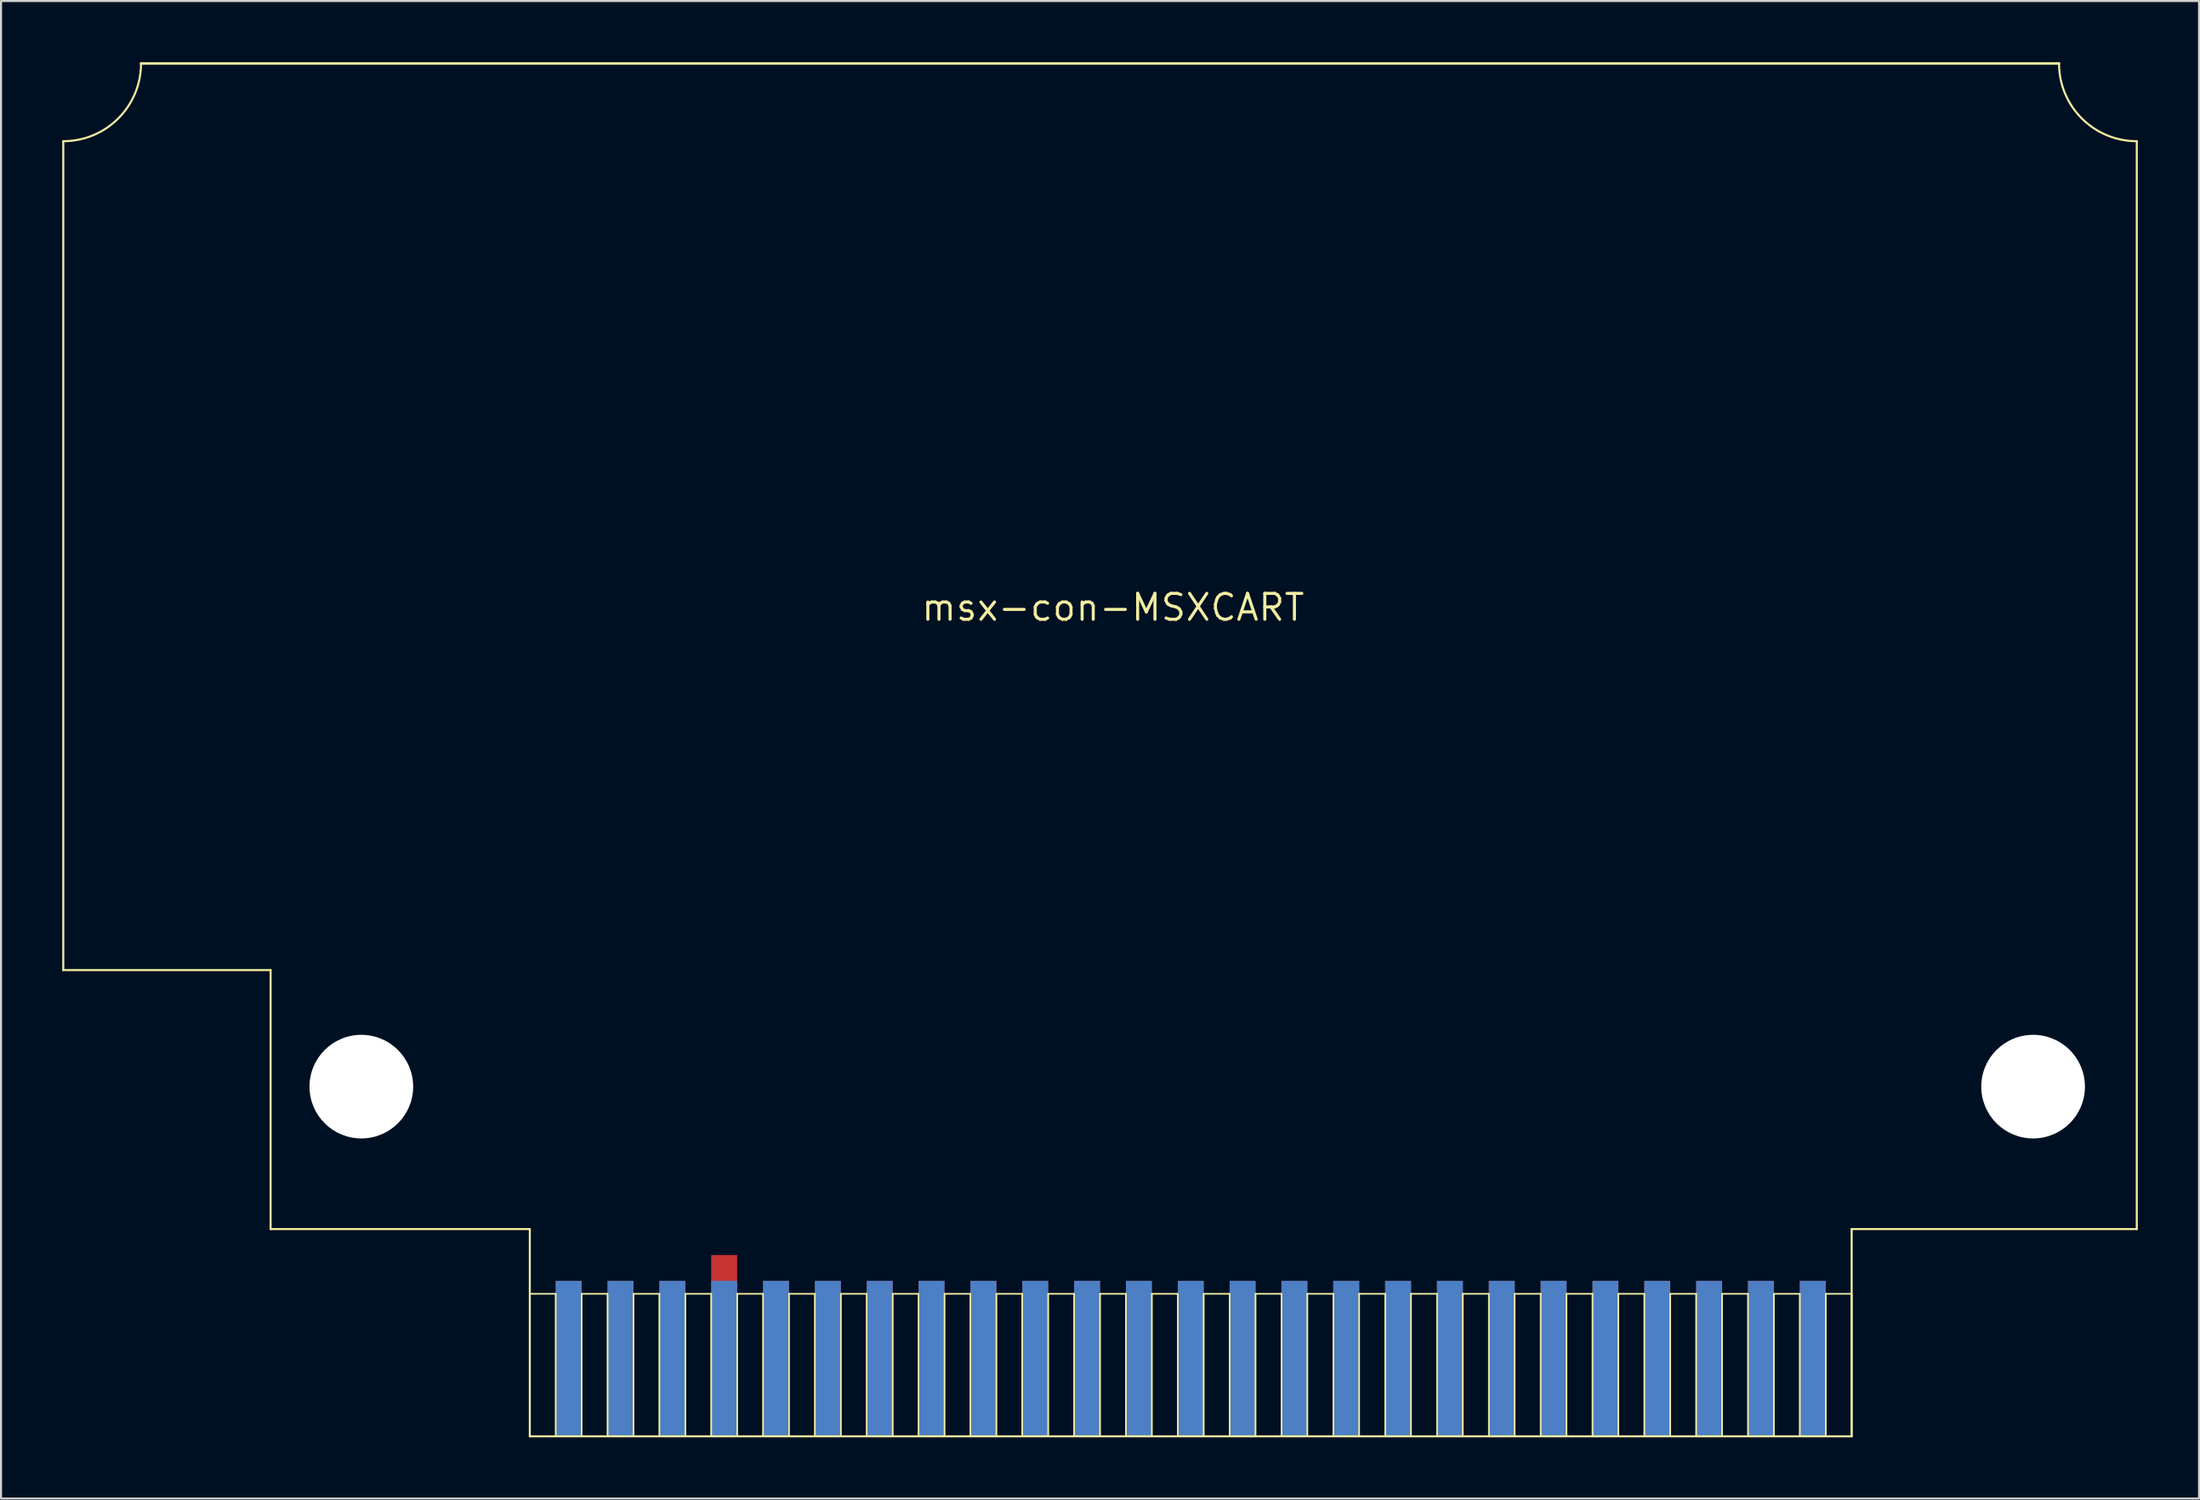
<source format=kicad_pcb>
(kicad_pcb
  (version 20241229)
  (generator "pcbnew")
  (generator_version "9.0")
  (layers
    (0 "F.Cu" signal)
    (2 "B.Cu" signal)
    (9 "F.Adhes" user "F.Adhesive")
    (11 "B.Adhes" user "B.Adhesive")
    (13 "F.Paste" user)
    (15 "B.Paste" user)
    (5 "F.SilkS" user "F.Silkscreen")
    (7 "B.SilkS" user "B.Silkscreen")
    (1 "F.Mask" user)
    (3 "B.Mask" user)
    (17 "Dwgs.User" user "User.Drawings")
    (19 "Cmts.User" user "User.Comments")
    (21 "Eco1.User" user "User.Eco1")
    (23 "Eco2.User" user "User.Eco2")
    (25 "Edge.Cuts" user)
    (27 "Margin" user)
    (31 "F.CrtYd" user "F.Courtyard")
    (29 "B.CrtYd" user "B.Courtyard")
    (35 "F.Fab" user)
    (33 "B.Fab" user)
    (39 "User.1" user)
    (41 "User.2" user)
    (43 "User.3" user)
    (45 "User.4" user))
  (footprint "msx-con-MSXCART"
    (layer "F.Cu")
    (at 51.485 26.733)
    (property "Reference" "msx-con-MSXCART" (at 0 0 0) (layer "F.SilkS") (effects (font (size 1.27 1.27) (thickness 0.15))))
    (attr smd)
    (fp_line (start -51.435 17.78) (end -51.435 -22.86) (stroke (width 0.1) (type solid)) (layer "F.SilkS"))
    (fp_line (start -47.625 -26.67) (end 46.355 -26.67) (stroke (width 0.127) (type solid)) (layer "F.SilkS"))
    (fp_line (start -41.275 17.78) (end -51.435 17.78) (stroke (width 0.1) (type solid)) (layer "F.SilkS"))
    (fp_line (start -41.275 17.78) (end -41.275 30.48) (stroke (width 0.1) (type solid)) (layer "F.SilkS"))
    (fp_line (start -41.275 30.48) (end -28.575 30.48) (stroke (width 0.1) (type solid)) (layer "F.SilkS"))
    (fp_line (start -28.575 30.48) (end -28.575 40.64) (stroke (width 0.1) (type solid)) (layer "F.SilkS"))
    (fp_line (start -28.575 33.655) (end -27.305 33.655) (stroke (width 0.066) (type solid)) (layer "F.SilkS"))
    (fp_line (start -28.575 33.655) (end -27.305 33.655) (stroke (width 0.066) (type solid)) (layer "F.SilkS"))
    (fp_line (start -28.575 40.64) (end -28.575 33.655) (stroke (width 0.066) (type solid)) (layer "F.SilkS"))
    (fp_line (start -28.575 40.64) (end -28.575 33.655) (stroke (width 0.066) (type solid)) (layer "F.SilkS"))
    (fp_line (start -28.575 40.64) (end -27.305 40.64) (stroke (width 0.066) (type solid)) (layer "F.SilkS"))
    (fp_line (start -28.575 40.64) (end -27.305 40.64) (stroke (width 0.066) (type solid)) (layer "F.SilkS"))
    (fp_line (start -28.575 40.64) (end 36.195 40.64) (stroke (width 0.1) (type solid)) (layer "F.SilkS"))
    (fp_line (start -27.305 40.64) (end -27.305 33.655) (stroke (width 0.066) (type solid)) (layer "F.SilkS"))
    (fp_line (start -27.305 40.64) (end -27.305 33.655) (stroke (width 0.066) (type solid)) (layer "F.SilkS"))
    (fp_line (start -26.035 33.655) (end -24.765 33.655) (stroke (width 0.066) (type solid)) (layer "F.SilkS"))
    (fp_line (start -26.035 33.655) (end -24.765 33.655) (stroke (width 0.066) (type solid)) (layer "F.SilkS"))
    (fp_line (start -26.035 40.64) (end -26.035 33.655) (stroke (width 0.066) (type solid)) (layer "F.SilkS"))
    (fp_line (start -26.035 40.64) (end -26.035 33.655) (stroke (width 0.066) (type solid)) (layer "F.SilkS"))
    (fp_line (start -26.035 40.64) (end -24.765 40.64) (stroke (width 0.066) (type solid)) (layer "F.SilkS"))
    (fp_line (start -26.035 40.64) (end -24.765 40.64) (stroke (width 0.066) (type solid)) (layer "F.SilkS"))
    (fp_line (start -24.765 40.64) (end -24.765 33.655) (stroke (width 0.066) (type solid)) (layer "F.SilkS"))
    (fp_line (start -24.765 40.64) (end -24.765 33.655) (stroke (width 0.066) (type solid)) (layer "F.SilkS"))
    (fp_line (start -23.495 33.655) (end -22.225 33.655) (stroke (width 0.066) (type solid)) (layer "F.SilkS"))
    (fp_line (start -23.495 33.655) (end -22.225 33.655) (stroke (width 0.066) (type solid)) (layer "F.SilkS"))
    (fp_line (start -23.495 40.64) (end -23.495 33.655) (stroke (width 0.066) (type solid)) (layer "F.SilkS"))
    (fp_line (start -23.495 40.64) (end -23.495 33.655) (stroke (width 0.066) (type solid)) (layer "F.SilkS"))
    (fp_line (start -23.495 40.64) (end -22.225 40.64) (stroke (width 0.066) (type solid)) (layer "F.SilkS"))
    (fp_line (start -23.495 40.64) (end -22.225 40.64) (stroke (width 0.066) (type solid)) (layer "F.SilkS"))
    (fp_line (start -22.225 40.64) (end -22.225 33.655) (stroke (width 0.066) (type solid)) (layer "F.SilkS"))
    (fp_line (start -22.225 40.64) (end -22.225 33.655) (stroke (width 0.066) (type solid)) (layer "F.SilkS"))
    (fp_line (start -20.955 33.655) (end -19.685 33.655) (stroke (width 0.066) (type solid)) (layer "F.SilkS"))
    (fp_line (start -20.955 33.655) (end -19.685 33.655) (stroke (width 0.066) (type solid)) (layer "F.SilkS"))
    (fp_line (start -20.955 40.64) (end -20.955 33.655) (stroke (width 0.066) (type solid)) (layer "F.SilkS"))
    (fp_line (start -20.955 40.64) (end -20.955 33.655) (stroke (width 0.066) (type solid)) (layer "F.SilkS"))
    (fp_line (start -20.955 40.64) (end -19.685 40.64) (stroke (width 0.066) (type solid)) (layer "F.SilkS"))
    (fp_line (start -20.955 40.64) (end -19.685 40.64) (stroke (width 0.066) (type solid)) (layer "F.SilkS"))
    (fp_line (start -19.685 40.64) (end -19.685 33.655) (stroke (width 0.066) (type solid)) (layer "F.SilkS"))
    (fp_line (start -19.685 40.64) (end -19.685 33.655) (stroke (width 0.066) (type solid)) (layer "F.SilkS"))
    (fp_line (start -18.415 33.655) (end -17.145 33.655) (stroke (width 0.066) (type solid)) (layer "F.SilkS"))
    (fp_line (start -18.415 33.655) (end -17.145 33.655) (stroke (width 0.066) (type solid)) (layer "F.SilkS"))
    (fp_line (start -18.415 40.64) (end -18.415 33.655) (stroke (width 0.066) (type solid)) (layer "F.SilkS"))
    (fp_line (start -18.415 40.64) (end -18.415 33.655) (stroke (width 0.066) (type solid)) (layer "F.SilkS"))
    (fp_line (start -18.415 40.64) (end -17.145 40.64) (stroke (width 0.066) (type solid)) (layer "F.SilkS"))
    (fp_line (start -18.415 40.64) (end -17.145 40.64) (stroke (width 0.066) (type solid)) (layer "F.SilkS"))
    (fp_line (start -17.145 40.64) (end -17.145 33.655) (stroke (width 0.066) (type solid)) (layer "F.SilkS"))
    (fp_line (start -17.145 40.64) (end -17.145 33.655) (stroke (width 0.066) (type solid)) (layer "F.SilkS"))
    (fp_line (start -15.875 33.655) (end -14.605 33.655) (stroke (width 0.066) (type solid)) (layer "F.SilkS"))
    (fp_line (start -15.875 33.655) (end -14.605 33.655) (stroke (width 0.066) (type solid)) (layer "F.SilkS"))
    (fp_line (start -15.875 40.64) (end -15.875 33.655) (stroke (width 0.066) (type solid)) (layer "F.SilkS"))
    (fp_line (start -15.875 40.64) (end -15.875 33.655) (stroke (width 0.066) (type solid)) (layer "F.SilkS"))
    (fp_line (start -15.875 40.64) (end -14.605 40.64) (stroke (width 0.066) (type solid)) (layer "F.SilkS"))
    (fp_line (start -15.875 40.64) (end -14.605 40.64) (stroke (width 0.066) (type solid)) (layer "F.SilkS"))
    (fp_line (start -14.605 40.64) (end -14.605 33.655) (stroke (width 0.066) (type solid)) (layer "F.SilkS"))
    (fp_line (start -14.605 40.64) (end -14.605 33.655) (stroke (width 0.066) (type solid)) (layer "F.SilkS"))
    (fp_line (start -13.335 33.655) (end -12.065 33.655) (stroke (width 0.066) (type solid)) (layer "F.SilkS"))
    (fp_line (start -13.335 33.655) (end -12.065 33.655) (stroke (width 0.066) (type solid)) (layer "F.SilkS"))
    (fp_line (start -13.335 40.64) (end -13.335 33.655) (stroke (width 0.066) (type solid)) (layer "F.SilkS"))
    (fp_line (start -13.335 40.64) (end -13.335 33.655) (stroke (width 0.066) (type solid)) (layer "F.SilkS"))
    (fp_line (start -13.335 40.64) (end -12.065 40.64) (stroke (width 0.066) (type solid)) (layer "F.SilkS"))
    (fp_line (start -13.335 40.64) (end -12.065 40.64) (stroke (width 0.066) (type solid)) (layer "F.SilkS"))
    (fp_line (start -12.065 40.64) (end -12.065 33.655) (stroke (width 0.066) (type solid)) (layer "F.SilkS"))
    (fp_line (start -12.065 40.64) (end -12.065 33.655) (stroke (width 0.066) (type solid)) (layer "F.SilkS"))
    (fp_line (start -10.795 33.655) (end -9.525 33.655) (stroke (width 0.066) (type solid)) (layer "F.SilkS"))
    (fp_line (start -10.795 33.655) (end -9.525 33.655) (stroke (width 0.066) (type solid)) (layer "F.SilkS"))
    (fp_line (start -10.795 40.64) (end -10.795 33.655) (stroke (width 0.066) (type solid)) (layer "F.SilkS"))
    (fp_line (start -10.795 40.64) (end -10.795 33.655) (stroke (width 0.066) (type solid)) (layer "F.SilkS"))
    (fp_line (start -10.795 40.64) (end -9.525 40.64) (stroke (width 0.066) (type solid)) (layer "F.SilkS"))
    (fp_line (start -10.795 40.64) (end -9.525 40.64) (stroke (width 0.066) (type solid)) (layer "F.SilkS"))
    (fp_line (start -9.525 40.64) (end -9.525 33.655) (stroke (width 0.066) (type solid)) (layer "F.SilkS"))
    (fp_line (start -9.525 40.64) (end -9.525 33.655) (stroke (width 0.066) (type solid)) (layer "F.SilkS"))
    (fp_line (start -8.255 33.655) (end -6.985 33.655) (stroke (width 0.066) (type solid)) (layer "F.SilkS"))
    (fp_line (start -8.255 33.655) (end -6.985 33.655) (stroke (width 0.066) (type solid)) (layer "F.SilkS"))
    (fp_line (start -8.255 40.64) (end -8.255 33.655) (stroke (width 0.066) (type solid)) (layer "F.SilkS"))
    (fp_line (start -8.255 40.64) (end -8.255 33.655) (stroke (width 0.066) (type solid)) (layer "F.SilkS"))
    (fp_line (start -8.255 40.64) (end -6.985 40.64) (stroke (width 0.066) (type solid)) (layer "F.SilkS"))
    (fp_line (start -8.255 40.64) (end -6.985 40.64) (stroke (width 0.066) (type solid)) (layer "F.SilkS"))
    (fp_line (start -6.985 40.64) (end -6.985 33.655) (stroke (width 0.066) (type solid)) (layer "F.SilkS"))
    (fp_line (start -6.985 40.64) (end -6.985 33.655) (stroke (width 0.066) (type solid)) (layer "F.SilkS"))
    (fp_line (start -5.715 33.655) (end -4.445 33.655) (stroke (width 0.066) (type solid)) (layer "F.SilkS"))
    (fp_line (start -5.715 33.655) (end -4.445 33.655) (stroke (width 0.066) (type solid)) (layer "F.SilkS"))
    (fp_line (start -5.715 40.64) (end -5.715 33.655) (stroke (width 0.066) (type solid)) (layer "F.SilkS"))
    (fp_line (start -5.715 40.64) (end -5.715 33.655) (stroke (width 0.066) (type solid)) (layer "F.SilkS"))
    (fp_line (start -5.715 40.64) (end -4.445 40.64) (stroke (width 0.066) (type solid)) (layer "F.SilkS"))
    (fp_line (start -5.715 40.64) (end -4.445 40.64) (stroke (width 0.066) (type solid)) (layer "F.SilkS"))
    (fp_line (start -4.445 40.64) (end -4.445 33.655) (stroke (width 0.066) (type solid)) (layer "F.SilkS"))
    (fp_line (start -4.445 40.64) (end -4.445 33.655) (stroke (width 0.066) (type solid)) (layer "F.SilkS"))
    (fp_line (start -3.175 33.655) (end -1.905 33.655) (stroke (width 0.066) (type solid)) (layer "F.SilkS"))
    (fp_line (start -3.175 33.655) (end -1.905 33.655) (stroke (width 0.066) (type solid)) (layer "F.SilkS"))
    (fp_line (start -3.175 40.64) (end -3.175 33.655) (stroke (width 0.066) (type solid)) (layer "F.SilkS"))
    (fp_line (start -3.175 40.64) (end -3.175 33.655) (stroke (width 0.066) (type solid)) (layer "F.SilkS"))
    (fp_line (start -3.175 40.64) (end -1.905 40.64) (stroke (width 0.066) (type solid)) (layer "F.SilkS"))
    (fp_line (start -3.175 40.64) (end -1.905 40.64) (stroke (width 0.066) (type solid)) (layer "F.SilkS"))
    (fp_line (start -1.905 40.64) (end -1.905 33.655) (stroke (width 0.066) (type solid)) (layer "F.SilkS"))
    (fp_line (start -1.905 40.64) (end -1.905 33.655) (stroke (width 0.066) (type solid)) (layer "F.SilkS"))
    (fp_line (start -0.635 33.655) (end 0.635 33.655) (stroke (width 0.066) (type solid)) (layer "F.SilkS"))
    (fp_line (start -0.635 33.655) (end 0.635 33.655) (stroke (width 0.066) (type solid)) (layer "F.SilkS"))
    (fp_line (start -0.635 40.64) (end -0.635 33.655) (stroke (width 0.066) (type solid)) (layer "F.SilkS"))
    (fp_line (start -0.635 40.64) (end -0.635 33.655) (stroke (width 0.066) (type solid)) (layer "F.SilkS"))
    (fp_line (start -0.635 40.64) (end 0.635 40.64) (stroke (width 0.066) (type solid)) (layer "F.SilkS"))
    (fp_line (start -0.635 40.64) (end 0.635 40.64) (stroke (width 0.066) (type solid)) (layer "F.SilkS"))
    (fp_line (start 0.635 40.64) (end 0.635 33.655) (stroke (width 0.066) (type solid)) (layer "F.SilkS"))
    (fp_line (start 0.635 40.64) (end 0.635 33.655) (stroke (width 0.066) (type solid)) (layer "F.SilkS"))
    (fp_line (start 1.905 33.655) (end 3.175 33.655) (stroke (width 0.066) (type solid)) (layer "F.SilkS"))
    (fp_line (start 1.905 33.655) (end 3.175 33.655) (stroke (width 0.066) (type solid)) (layer "F.SilkS"))
    (fp_line (start 1.905 40.64) (end 1.905 33.655) (stroke (width 0.066) (type solid)) (layer "F.SilkS"))
    (fp_line (start 1.905 40.64) (end 1.905 33.655) (stroke (width 0.066) (type solid)) (layer "F.SilkS"))
    (fp_line (start 1.905 40.64) (end 3.175 40.64) (stroke (width 0.066) (type solid)) (layer "F.SilkS"))
    (fp_line (start 1.905 40.64) (end 3.175 40.64) (stroke (width 0.066) (type solid)) (layer "F.SilkS"))
    (fp_line (start 3.175 40.64) (end 3.175 33.655) (stroke (width 0.066) (type solid)) (layer "F.SilkS"))
    (fp_line (start 3.175 40.64) (end 3.175 33.655) (stroke (width 0.066) (type solid)) (layer "F.SilkS"))
    (fp_line (start 4.445 33.655) (end 5.715 33.655) (stroke (width 0.066) (type solid)) (layer "F.SilkS"))
    (fp_line (start 4.445 33.655) (end 5.715 33.655) (stroke (width 0.066) (type solid)) (layer "F.SilkS"))
    (fp_line (start 4.445 40.64) (end 4.445 33.655) (stroke (width 0.066) (type solid)) (layer "F.SilkS"))
    (fp_line (start 4.445 40.64) (end 4.445 33.655) (stroke (width 0.066) (type solid)) (layer "F.SilkS"))
    (fp_line (start 4.445 40.64) (end 5.715 40.64) (stroke (width 0.066) (type solid)) (layer "F.SilkS"))
    (fp_line (start 4.445 40.64) (end 5.715 40.64) (stroke (width 0.066) (type solid)) (layer "F.SilkS"))
    (fp_line (start 5.715 40.64) (end 5.715 33.655) (stroke (width 0.066) (type solid)) (layer "F.SilkS"))
    (fp_line (start 5.715 40.64) (end 5.715 33.655) (stroke (width 0.066) (type solid)) (layer "F.SilkS"))
    (fp_line (start 6.985 33.655) (end 8.255 33.655) (stroke (width 0.066) (type solid)) (layer "F.SilkS"))
    (fp_line (start 6.985 33.655) (end 8.255 33.655) (stroke (width 0.066) (type solid)) (layer "F.SilkS"))
    (fp_line (start 6.985 40.64) (end 6.985 33.655) (stroke (width 0.066) (type solid)) (layer "F.SilkS"))
    (fp_line (start 6.985 40.64) (end 6.985 33.655) (stroke (width 0.066) (type solid)) (layer "F.SilkS"))
    (fp_line (start 6.985 40.64) (end 8.255 40.64) (stroke (width 0.066) (type solid)) (layer "F.SilkS"))
    (fp_line (start 6.985 40.64) (end 8.255 40.64) (stroke (width 0.066) (type solid)) (layer "F.SilkS"))
    (fp_line (start 8.255 40.64) (end 8.255 33.655) (stroke (width 0.066) (type solid)) (layer "F.SilkS"))
    (fp_line (start 8.255 40.64) (end 8.255 33.655) (stroke (width 0.066) (type solid)) (layer "F.SilkS"))
    (fp_line (start 9.525 33.655) (end 10.795 33.655) (stroke (width 0.066) (type solid)) (layer "F.SilkS"))
    (fp_line (start 9.525 33.655) (end 10.795 33.655) (stroke (width 0.066) (type solid)) (layer "F.SilkS"))
    (fp_line (start 9.525 40.64) (end 9.525 33.655) (stroke (width 0.066) (type solid)) (layer "F.SilkS"))
    (fp_line (start 9.525 40.64) (end 9.525 33.655) (stroke (width 0.066) (type solid)) (layer "F.SilkS"))
    (fp_line (start 9.525 40.64) (end 10.795 40.64) (stroke (width 0.066) (type solid)) (layer "F.SilkS"))
    (fp_line (start 9.525 40.64) (end 10.795 40.64) (stroke (width 0.066) (type solid)) (layer "F.SilkS"))
    (fp_line (start 10.795 40.64) (end 10.795 33.655) (stroke (width 0.066) (type solid)) (layer "F.SilkS"))
    (fp_line (start 10.795 40.64) (end 10.795 33.655) (stroke (width 0.066) (type solid)) (layer "F.SilkS"))
    (fp_line (start 12.065 33.655) (end 13.335 33.655) (stroke (width 0.066) (type solid)) (layer "F.SilkS"))
    (fp_line (start 12.065 33.655) (end 13.335 33.655) (stroke (width 0.066) (type solid)) (layer "F.SilkS"))
    (fp_line (start 12.065 40.64) (end 12.065 33.655) (stroke (width 0.066) (type solid)) (layer "F.SilkS"))
    (fp_line (start 12.065 40.64) (end 12.065 33.655) (stroke (width 0.066) (type solid)) (layer "F.SilkS"))
    (fp_line (start 12.065 40.64) (end 13.335 40.64) (stroke (width 0.066) (type solid)) (layer "F.SilkS"))
    (fp_line (start 12.065 40.64) (end 13.335 40.64) (stroke (width 0.066) (type solid)) (layer "F.SilkS"))
    (fp_line (start 13.335 40.64) (end 13.335 33.655) (stroke (width 0.066) (type solid)) (layer "F.SilkS"))
    (fp_line (start 13.335 40.64) (end 13.335 33.655) (stroke (width 0.066) (type solid)) (layer "F.SilkS"))
    (fp_line (start 14.605 33.655) (end 15.875 33.655) (stroke (width 0.066) (type solid)) (layer "F.SilkS"))
    (fp_line (start 14.605 33.655) (end 15.875 33.655) (stroke (width 0.066) (type solid)) (layer "F.SilkS"))
    (fp_line (start 14.605 40.64) (end 14.605 33.655) (stroke (width 0.066) (type solid)) (layer "F.SilkS"))
    (fp_line (start 14.605 40.64) (end 14.605 33.655) (stroke (width 0.066) (type solid)) (layer "F.SilkS"))
    (fp_line (start 14.605 40.64) (end 15.875 40.64) (stroke (width 0.066) (type solid)) (layer "F.SilkS"))
    (fp_line (start 14.605 40.64) (end 15.875 40.64) (stroke (width 0.066) (type solid)) (layer "F.SilkS"))
    (fp_line (start 15.875 40.64) (end 15.875 33.655) (stroke (width 0.066) (type solid)) (layer "F.SilkS"))
    (fp_line (start 15.875 40.64) (end 15.875 33.655) (stroke (width 0.066) (type solid)) (layer "F.SilkS"))
    (fp_line (start 17.145 33.655) (end 18.415 33.655) (stroke (width 0.066) (type solid)) (layer "F.SilkS"))
    (fp_line (start 17.145 33.655) (end 18.415 33.655) (stroke (width 0.066) (type solid)) (layer "F.SilkS"))
    (fp_line (start 17.145 40.64) (end 17.145 33.655) (stroke (width 0.066) (type solid)) (layer "F.SilkS"))
    (fp_line (start 17.145 40.64) (end 17.145 33.655) (stroke (width 0.066) (type solid)) (layer "F.SilkS"))
    (fp_line (start 17.145 40.64) (end 18.415 40.64) (stroke (width 0.066) (type solid)) (layer "F.SilkS"))
    (fp_line (start 17.145 40.64) (end 18.415 40.64) (stroke (width 0.066) (type solid)) (layer "F.SilkS"))
    (fp_line (start 18.415 40.64) (end 18.415 33.655) (stroke (width 0.066) (type solid)) (layer "F.SilkS"))
    (fp_line (start 18.415 40.64) (end 18.415 33.655) (stroke (width 0.066) (type solid)) (layer "F.SilkS"))
    (fp_line (start 19.685 33.655) (end 20.955 33.655) (stroke (width 0.066) (type solid)) (layer "F.SilkS"))
    (fp_line (start 19.685 33.655) (end 20.955 33.655) (stroke (width 0.066) (type solid)) (layer "F.SilkS"))
    (fp_line (start 19.685 40.64) (end 19.685 33.655) (stroke (width 0.066) (type solid)) (layer "F.SilkS"))
    (fp_line (start 19.685 40.64) (end 19.685 33.655) (stroke (width 0.066) (type solid)) (layer "F.SilkS"))
    (fp_line (start 19.685 40.64) (end 20.955 40.64) (stroke (width 0.066) (type solid)) (layer "F.SilkS"))
    (fp_line (start 19.685 40.64) (end 20.955 40.64) (stroke (width 0.066) (type solid)) (layer "F.SilkS"))
    (fp_line (start 20.955 40.64) (end 20.955 33.655) (stroke (width 0.066) (type solid)) (layer "F.SilkS"))
    (fp_line (start 20.955 40.64) (end 20.955 33.655) (stroke (width 0.066) (type solid)) (layer "F.SilkS"))
    (fp_line (start 22.225 33.655) (end 23.495 33.655) (stroke (width 0.066) (type solid)) (layer "F.SilkS"))
    (fp_line (start 22.225 33.655) (end 23.495 33.655) (stroke (width 0.066) (type solid)) (layer "F.SilkS"))
    (fp_line (start 22.225 40.64) (end 22.225 33.655) (stroke (width 0.066) (type solid)) (layer "F.SilkS"))
    (fp_line (start 22.225 40.64) (end 22.225 33.655) (stroke (width 0.066) (type solid)) (layer "F.SilkS"))
    (fp_line (start 22.225 40.64) (end 23.495 40.64) (stroke (width 0.066) (type solid)) (layer "F.SilkS"))
    (fp_line (start 22.225 40.64) (end 23.495 40.64) (stroke (width 0.066) (type solid)) (layer "F.SilkS"))
    (fp_line (start 23.495 40.64) (end 23.495 33.655) (stroke (width 0.066) (type solid)) (layer "F.SilkS"))
    (fp_line (start 23.495 40.64) (end 23.495 33.655) (stroke (width 0.066) (type solid)) (layer "F.SilkS"))
    (fp_line (start 24.765 33.655) (end 26.035 33.655) (stroke (width 0.066) (type solid)) (layer "F.SilkS"))
    (fp_line (start 24.765 33.655) (end 26.035 33.655) (stroke (width 0.066) (type solid)) (layer "F.SilkS"))
    (fp_line (start 24.765 40.64) (end 24.765 33.655) (stroke (width 0.066) (type solid)) (layer "F.SilkS"))
    (fp_line (start 24.765 40.64) (end 24.765 33.655) (stroke (width 0.066) (type solid)) (layer "F.SilkS"))
    (fp_line (start 24.765 40.64) (end 26.035 40.64) (stroke (width 0.066) (type solid)) (layer "F.SilkS"))
    (fp_line (start 24.765 40.64) (end 26.035 40.64) (stroke (width 0.066) (type solid)) (layer "F.SilkS"))
    (fp_line (start 26.035 40.64) (end 26.035 33.655) (stroke (width 0.066) (type solid)) (layer "F.SilkS"))
    (fp_line (start 26.035 40.64) (end 26.035 33.655) (stroke (width 0.066) (type solid)) (layer "F.SilkS"))
    (fp_line (start 27.305 33.655) (end 28.575 33.655) (stroke (width 0.066) (type solid)) (layer "F.SilkS"))
    (fp_line (start 27.305 33.655) (end 28.575 33.655) (stroke (width 0.066) (type solid)) (layer "F.SilkS"))
    (fp_line (start 27.305 40.64) (end 27.305 33.655) (stroke (width 0.066) (type solid)) (layer "F.SilkS"))
    (fp_line (start 27.305 40.64) (end 27.305 33.655) (stroke (width 0.066) (type solid)) (layer "F.SilkS"))
    (fp_line (start 27.305 40.64) (end 28.575 40.64) (stroke (width 0.066) (type solid)) (layer "F.SilkS"))
    (fp_line (start 27.305 40.64) (end 28.575 40.64) (stroke (width 0.066) (type solid)) (layer "F.SilkS"))
    (fp_line (start 28.575 40.64) (end 28.575 33.655) (stroke (width 0.066) (type solid)) (layer "F.SilkS"))
    (fp_line (start 28.575 40.64) (end 28.575 33.655) (stroke (width 0.066) (type solid)) (layer "F.SilkS"))
    (fp_line (start 29.845 33.655) (end 31.115 33.655) (stroke (width 0.066) (type solid)) (layer "F.SilkS"))
    (fp_line (start 29.845 33.655) (end 31.115 33.655) (stroke (width 0.066) (type solid)) (layer "F.SilkS"))
    (fp_line (start 29.845 40.64) (end 29.845 33.655) (stroke (width 0.066) (type solid)) (layer "F.SilkS"))
    (fp_line (start 29.845 40.64) (end 29.845 33.655) (stroke (width 0.066) (type solid)) (layer "F.SilkS"))
    (fp_line (start 29.845 40.64) (end 31.115 40.64) (stroke (width 0.066) (type solid)) (layer "F.SilkS"))
    (fp_line (start 29.845 40.64) (end 31.115 40.64) (stroke (width 0.066) (type solid)) (layer "F.SilkS"))
    (fp_line (start 31.115 40.64) (end 31.115 33.655) (stroke (width 0.066) (type solid)) (layer "F.SilkS"))
    (fp_line (start 31.115 40.64) (end 31.115 33.655) (stroke (width 0.066) (type solid)) (layer "F.SilkS"))
    (fp_line (start 32.385 33.655) (end 33.655 33.655) (stroke (width 0.066) (type solid)) (layer "F.SilkS"))
    (fp_line (start 32.385 33.655) (end 33.655 33.655) (stroke (width 0.066) (type solid)) (layer "F.SilkS"))
    (fp_line (start 32.385 40.64) (end 32.385 33.655) (stroke (width 0.066) (type solid)) (layer "F.SilkS"))
    (fp_line (start 32.385 40.64) (end 32.385 33.655) (stroke (width 0.066) (type solid)) (layer "F.SilkS"))
    (fp_line (start 32.385 40.64) (end 33.655 40.64) (stroke (width 0.066) (type solid)) (layer "F.SilkS"))
    (fp_line (start 32.385 40.64) (end 33.655 40.64) (stroke (width 0.066) (type solid)) (layer "F.SilkS"))
    (fp_line (start 33.655 40.64) (end 33.655 33.655) (stroke (width 0.066) (type solid)) (layer "F.SilkS"))
    (fp_line (start 33.655 40.64) (end 33.655 33.655) (stroke (width 0.066) (type solid)) (layer "F.SilkS"))
    (fp_line (start 34.925 33.655) (end 36.195 33.655) (stroke (width 0.066) (type solid)) (layer "F.SilkS"))
    (fp_line (start 34.925 33.655) (end 36.195 33.655) (stroke (width 0.066) (type solid)) (layer "F.SilkS"))
    (fp_line (start 34.925 40.64) (end 34.925 33.655) (stroke (width 0.066) (type solid)) (layer "F.SilkS"))
    (fp_line (start 34.925 40.64) (end 34.925 33.655) (stroke (width 0.066) (type solid)) (layer "F.SilkS"))
    (fp_line (start 34.925 40.64) (end 36.195 40.64) (stroke (width 0.066) (type solid)) (layer "F.SilkS"))
    (fp_line (start 34.925 40.64) (end 36.195 40.64) (stroke (width 0.066) (type solid)) (layer "F.SilkS"))
    (fp_line (start 36.195 40.64) (end 36.195 30.48) (stroke (width 0.1) (type solid)) (layer "F.SilkS"))
    (fp_line (start 36.195 40.64) (end 36.195 33.655) (stroke (width 0.066) (type solid)) (layer "F.SilkS"))
    (fp_line (start 36.195 40.64) (end 36.195 33.655) (stroke (width 0.066) (type solid)) (layer "F.SilkS"))
    (fp_line (start 50.165 -22.86) (end 50.165 30.48) (stroke (width 0.1) (type solid)) (layer "F.SilkS"))
    (fp_line (start 50.165 30.48) (end 36.195 30.48) (stroke (width 0.1) (type solid)) (layer "F.SilkS"))
    (fp_arc (start -47.625 -26.67) (mid -48.740923 -23.975923) (end -51.435 -22.86) (stroke (width 0.1) (type solid)) (layer "F.SilkS"))
    (fp_arc (start 50.165 -22.86) (mid 47.470923 -23.975923) (end 46.355 -26.67) (stroke (width 0.1) (type solid)) (layer "F.SilkS"))
    (pad "" np_thru_hole circle (at -36.83 23.495) (size 5.08 5.08) (drill 5.08) (layers "*.Cu" "*.Mask"))
    (pad "" np_thru_hole circle (at 45.085 23.495) (size 5.08 5.08) (drill 5.08) (layers "*.Cu" "*.Mask"))
    (pad "+5V1" smd rect (at -24.13 36.83) (size 1.27 7.62) (layers "B.Cu" "B.Mask"))
    (pad "+5V2" smd rect (at -21.59 36.83) (size 1.27 7.62) (layers "B.Cu" "B.Mask"))
    (pad "+12V" smd rect (at -24.13 36.83) (size 1.27 7.62) (layers "F.Cu" "F.Mask" "F.Paste"))
    (pad "-12V" smd rect (at -26.67 36.83) (size 1.27 7.62) (layers "F.Cu" "F.Mask" "F.Paste"))
    (pad "/BUSDIR" smd rect (at 24.13 36.83) (size 1.27 7.62) (layers "F.Cu" "F.Mask" "F.Paste"))
    (pad "/CS1" smd rect (at 34.29 36.83) (size 1.27 7.62) (layers "B.Cu" "B.Mask"))
    (pad "/CS2" smd rect (at 34.29 36.83) (size 1.27 7.62) (layers "F.Cu" "F.Mask" "F.Paste"))
    (pad "/CS12" smd rect (at 31.75 36.83) (size 1.27 7.62) (layers "B.Cu" "B.Mask"))
    (pad "/INT" smd rect (at 26.67 36.83) (size 1.27 7.62) (layers "F.Cu" "F.Mask" "F.Paste"))
    (pad "/IORQ" smd rect (at 21.59 36.83) (size 1.27 7.62) (layers "B.Cu" "B.Mask"))
    (pad "/M1" smd rect (at 24.13 36.83) (size 1.27 7.62) (layers "B.Cu" "B.Mask"))
    (pad "/MREQ" smd rect (at 21.59 36.83) (size 1.27 7.62) (layers "F.Cu" "F.Mask" "F.Paste"))
    (pad "/RD" smd rect (at 19.05 36.83) (size 1.27 7.62) (layers "F.Cu" "F.Mask" "F.Paste"))
    (pad "/RESET" smd rect (at 16.51 36.83) (size 1.27 7.62) (layers "B.Cu" "B.Mask"))
    (pad "/RESV1" smd rect (at 16.51 36.83) (size 1.27 7.62) (layers "F.Cu" "F.Mask" "F.Paste"))
    (pad "/RESV2" smd rect (at 29.21 36.83) (size 1.27 7.62) (layers "B.Cu" "B.Mask"))
    (pad "/RFSH" smd rect (at 29.21 36.83) (size 1.27 7.62) (layers "F.Cu" "F.Mask" "F.Paste"))
    (pad "/SLTSL" smd rect (at 31.75 36.83) (size 1.27 7.62) (layers "F.Cu" "F.Mask" "F.Paste"))
    (pad "/WAIT" smd rect (at 26.67 36.83) (size 1.27 7.62) (layers "B.Cu" "B.Mask"))
    (pad "/WR" smd rect (at 19.05 36.83) (size 1.27 7.62) (layers "B.Cu" "B.Mask"))
    (pad "A0" smd rect (at 1.27 36.83) (size 1.27 7.62) (layers "F.Cu" "F.Mask" "F.Paste"))
    (pad "A1" smd rect (at 1.27 36.83) (size 1.27 7.62) (layers "B.Cu" "B.Mask"))
    (pad "A2" smd rect (at -1.27 36.83) (size 1.27 7.62) (layers "F.Cu" "F.Mask" "F.Paste"))
    (pad "A3" smd rect (at -1.27 36.83) (size 1.27 7.62) (layers "B.Cu" "B.Mask"))
    (pad "A4" smd rect (at -3.81 36.83) (size 1.27 7.62) (layers "F.Cu" "F.Mask" "F.Paste"))
    (pad "A5" smd rect (at -3.81 36.83) (size 1.27 7.62) (layers "B.Cu" "B.Mask"))
    (pad "A6" smd rect (at 8.89 36.83) (size 1.27 7.62) (layers "F.Cu" "F.Mask" "F.Paste"))
    (pad "A7" smd rect (at 8.89 36.83) (size 1.27 7.62) (layers "B.Cu" "B.Mask"))
    (pad "A8" smd rect (at 6.35 36.83) (size 1.27 7.62) (layers "F.Cu" "F.Mask" "F.Paste"))
    (pad "A9" smd rect (at 13.97 36.83) (size 1.27 7.62) (layers "B.Cu" "B.Mask"))
    (pad "A10" smd rect (at 11.43 36.83) (size 1.27 7.62) (layers "F.Cu" "F.Mask" "F.Paste"))
    (pad "A11" smd rect (at 11.43 36.83) (size 1.27 7.62) (layers "B.Cu" "B.Mask"))
    (pad "A12" smd rect (at 6.35 36.83) (size 1.27 7.62) (layers "B.Cu" "B.Mask"))
    (pad "A13" smd rect (at 3.81 36.83) (size 1.27 7.62) (layers "F.Cu" "F.Mask" "F.Paste"))
    (pad "A14" smd rect (at 3.81 36.83) (size 1.27 7.62) (layers "B.Cu" "B.Mask"))
    (pad "A15" smd rect (at 13.97 36.83) (size 1.27 7.62) (layers "F.Cu" "F.Mask" "F.Paste"))
    (pad "CLOCK" smd rect (at -16.51 36.83) (size 1.27 7.62) (layers "F.Cu" "F.Mask" "F.Paste"))
    (pad "D0" smd rect (at -6.35 36.83) (size 1.27 7.62) (layers "F.Cu" "F.Mask" "F.Paste"))
    (pad "D1" smd rect (at -6.35 36.83) (size 1.27 7.62) (layers "B.Cu" "B.Mask"))
    (pad "D2" smd rect (at -8.89 36.83) (size 1.27 7.62) (layers "F.Cu" "F.Mask" "F.Paste"))
    (pad "D3" smd rect (at -8.89 36.83) (size 1.27 7.62) (layers "B.Cu" "B.Mask"))
    (pad "D4" smd rect (at -11.43 36.83) (size 1.27 7.62) (layers "F.Cu" "F.Mask" "F.Paste"))
    (pad "D5" smd rect (at -11.43 36.83) (size 1.27 7.62) (layers "B.Cu" "B.Mask"))
    (pad "D6" smd rect (at -13.97 36.83) (size 1.27 7.62) (layers "F.Cu" "F.Mask" "F.Paste"))
    (pad "D7" smd rect (at -13.97 36.83) (size 1.27 7.62) (layers "B.Cu" "B.Mask"))
    (pad "GND1" smd rect (at -19.05 36.83) (size 1.27 7.62) (layers "B.Cu" "B.Mask"))
    (pad "GND2" smd rect (at -16.51 36.83) (size 1.27 7.62) (layers "B.Cu" "B.Mask"))
    (pad "SOUNDIN" smd rect (at -26.67 36.83) (size 1.27 7.62) (layers "B.Cu" "B.Mask"))
    (pad "SW1" smd rect (at -19.05 35.56) (size 1.27 7.62) (layers "F.Cu" "F.Mask" "F.Paste"))
    (pad "SW2" smd rect (at -21.59 36.83) (size 1.27 7.62) (layers "F.Cu" "F.Mask" "F.Paste")))
  (gr_rect
    (start -3 -3)
    (end 104.7 70.424)
    (stroke (width 0.1) (type default))
    (fill no)
    (layer "Edge.Cuts")))
</source>
